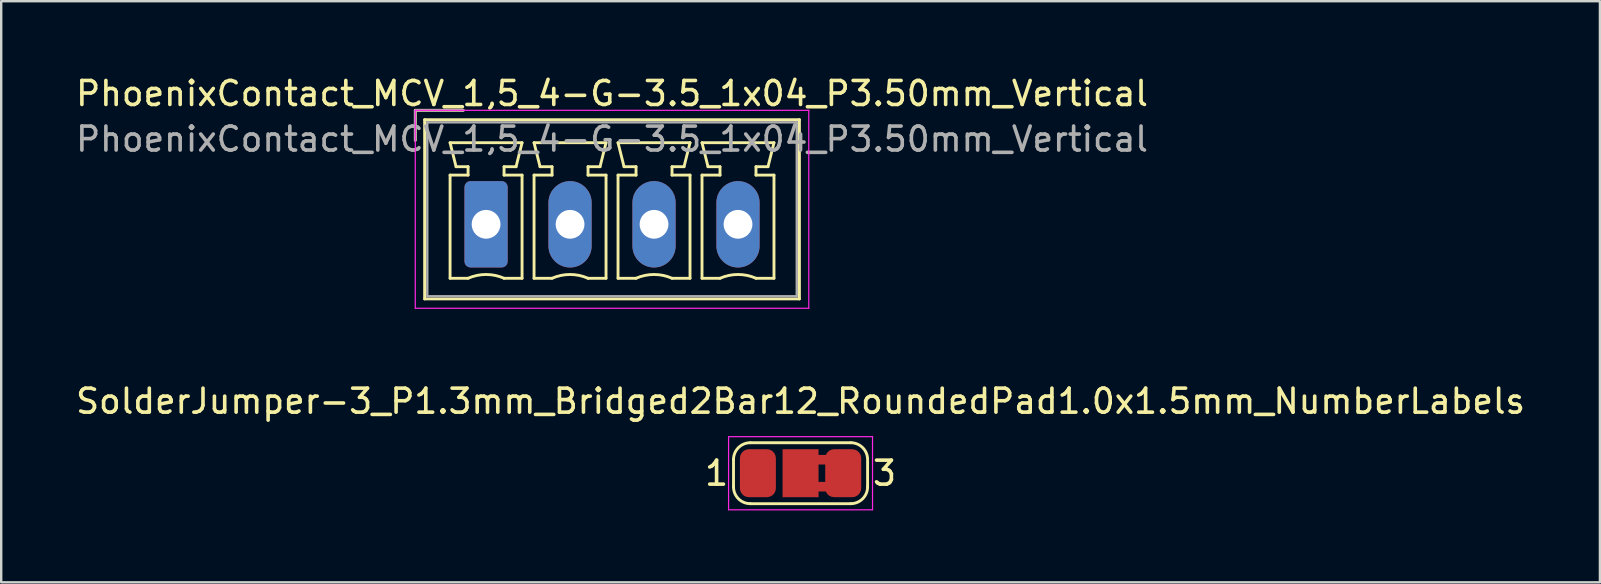
<source format=kicad_pcb>
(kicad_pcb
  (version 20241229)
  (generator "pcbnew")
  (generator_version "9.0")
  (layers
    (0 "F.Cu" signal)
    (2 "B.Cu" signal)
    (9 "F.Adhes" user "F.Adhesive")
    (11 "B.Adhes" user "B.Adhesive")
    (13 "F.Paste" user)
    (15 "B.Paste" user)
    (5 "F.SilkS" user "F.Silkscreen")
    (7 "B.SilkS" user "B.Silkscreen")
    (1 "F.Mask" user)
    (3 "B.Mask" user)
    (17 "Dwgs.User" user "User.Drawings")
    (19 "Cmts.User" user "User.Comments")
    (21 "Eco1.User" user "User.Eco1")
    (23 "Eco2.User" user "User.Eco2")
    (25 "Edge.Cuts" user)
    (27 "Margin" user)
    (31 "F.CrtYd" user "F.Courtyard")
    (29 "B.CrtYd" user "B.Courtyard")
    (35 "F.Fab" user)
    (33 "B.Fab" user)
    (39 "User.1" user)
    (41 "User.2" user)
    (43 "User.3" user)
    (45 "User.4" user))
  (footprint "PhoenixContact_MCV_1,5_4-G-3.5_1x04_P3.50mm_Vertical"
    (layer "F.Cu")
    (at 17.208 6.298)
    (property "Reference" "PhoenixContact_MCV_1,5_4-G-3.5_1x04_P3.50mm_Vertical" (at 5.25 -5.45 0) (layer "F.SilkS") (effects (font (size 1 1) (thickness 0.15))))
    (attr through_hole)
    (fp_line (start -2.95 -4.75) (end -0.95 -4.75) (stroke (width 0.12) (type solid)) (layer "F.SilkS"))
    (fp_line (start -2.95 -3.5) (end -2.95 -4.75) (stroke (width 0.12) (type solid)) (layer "F.SilkS"))
    (fp_line (start -2.56 -4.36) (end -2.56 3.11) (stroke (width 0.12) (type solid)) (layer "F.SilkS"))
    (fp_line (start -2.56 3.11) (end 13.06 3.11) (stroke (width 0.12) (type solid)) (layer "F.SilkS"))
    (fp_line (start -1.5 -3.4) (end 1.5 -3.4) (stroke (width 0.12) (type solid)) (layer "F.SilkS"))
    (fp_line (start -1.5 -2.05) (end -0.75 -2.05) (stroke (width 0.12) (type solid)) (layer "F.SilkS"))
    (fp_line (start -1.5 2.25) (end -1.5 -2.05) (stroke (width 0.12) (type solid)) (layer "F.SilkS"))
    (fp_line (start -1.25 -2.4) (end -1.5 -3.4) (stroke (width 0.12) (type solid)) (layer "F.SilkS"))
    (fp_line (start -0.75 -2.4) (end -1.25 -2.4) (stroke (width 0.12) (type solid)) (layer "F.SilkS"))
    (fp_line (start -0.75 -2.05) (end -0.75 -2.4) (stroke (width 0.12) (type solid)) (layer "F.SilkS"))
    (fp_line (start -0.75 2.25) (end -1.5 2.25) (stroke (width 0.12) (type solid)) (layer "F.SilkS"))
    (fp_line (start 0.75 -2.4) (end 0.75 -2.05) (stroke (width 0.12) (type solid)) (layer "F.SilkS"))
    (fp_line (start 0.75 -2.05) (end 1.5 -2.05) (stroke (width 0.12) (type solid)) (layer "F.SilkS"))
    (fp_line (start 1.25 -2.4) (end 0.75 -2.4) (stroke (width 0.12) (type solid)) (layer "F.SilkS"))
    (fp_line (start 1.5 -3.4) (end 1.25 -2.4) (stroke (width 0.12) (type solid)) (layer "F.SilkS"))
    (fp_line (start 1.5 -2.05) (end 1.5 2.25) (stroke (width 0.12) (type solid)) (layer "F.SilkS"))
    (fp_line (start 1.5 2.25) (end 0.75 2.25) (stroke (width 0.12) (type solid)) (layer "F.SilkS"))
    (fp_line (start 2 -3.4) (end 5 -3.4) (stroke (width 0.12) (type solid)) (layer "F.SilkS"))
    (fp_line (start 2 -2.05) (end 2.75 -2.05) (stroke (width 0.12) (type solid)) (layer "F.SilkS"))
    (fp_line (start 2 2.25) (end 2 -2.05) (stroke (width 0.12) (type solid)) (layer "F.SilkS"))
    (fp_line (start 2.25 -2.4) (end 2 -3.4) (stroke (width 0.12) (type solid)) (layer "F.SilkS"))
    (fp_line (start 2.75 -2.4) (end 2.25 -2.4) (stroke (width 0.12) (type solid)) (layer "F.SilkS"))
    (fp_line (start 2.75 -2.05) (end 2.75 -2.4) (stroke (width 0.12) (type solid)) (layer "F.SilkS"))
    (fp_line (start 2.75 2.25) (end 2 2.25) (stroke (width 0.12) (type solid)) (layer "F.SilkS"))
    (fp_line (start 4.25 -2.4) (end 4.25 -2.05) (stroke (width 0.12) (type solid)) (layer "F.SilkS"))
    (fp_line (start 4.25 -2.05) (end 5 -2.05) (stroke (width 0.12) (type solid)) (layer "F.SilkS"))
    (fp_line (start 4.75 -2.4) (end 4.25 -2.4) (stroke (width 0.12) (type solid)) (layer "F.SilkS"))
    (fp_line (start 5 -3.4) (end 4.75 -2.4) (stroke (width 0.12) (type solid)) (layer "F.SilkS"))
    (fp_line (start 5 -2.05) (end 5 2.25) (stroke (width 0.12) (type solid)) (layer "F.SilkS"))
    (fp_line (start 5 2.25) (end 4.25 2.25) (stroke (width 0.12) (type solid)) (layer "F.SilkS"))
    (fp_line (start 5.5 -3.4) (end 8.5 -3.4) (stroke (width 0.12) (type solid)) (layer "F.SilkS"))
    (fp_line (start 5.5 -2.05) (end 6.25 -2.05) (stroke (width 0.12) (type solid)) (layer "F.SilkS"))
    (fp_line (start 5.5 2.25) (end 5.5 -2.05) (stroke (width 0.12) (type solid)) (layer "F.SilkS"))
    (fp_line (start 5.75 -2.4) (end 5.5 -3.4) (stroke (width 0.12) (type solid)) (layer "F.SilkS"))
    (fp_line (start 6.25 -2.4) (end 5.75 -2.4) (stroke (width 0.12) (type solid)) (layer "F.SilkS"))
    (fp_line (start 6.25 -2.05) (end 6.25 -2.4) (stroke (width 0.12) (type solid)) (layer "F.SilkS"))
    (fp_line (start 6.25 2.25) (end 5.5 2.25) (stroke (width 0.12) (type solid)) (layer "F.SilkS"))
    (fp_line (start 7.75 -2.4) (end 7.75 -2.05) (stroke (width 0.12) (type solid)) (layer "F.SilkS"))
    (fp_line (start 7.75 -2.05) (end 8.5 -2.05) (stroke (width 0.12) (type solid)) (layer "F.SilkS"))
    (fp_line (start 8.25 -2.4) (end 7.75 -2.4) (stroke (width 0.12) (type solid)) (layer "F.SilkS"))
    (fp_line (start 8.5 -3.4) (end 8.25 -2.4) (stroke (width 0.12) (type solid)) (layer "F.SilkS"))
    (fp_line (start 8.5 -2.05) (end 8.5 2.25) (stroke (width 0.12) (type solid)) (layer "F.SilkS"))
    (fp_line (start 8.5 2.25) (end 7.75 2.25) (stroke (width 0.12) (type solid)) (layer "F.SilkS"))
    (fp_line (start 9 -3.4) (end 12 -3.4) (stroke (width 0.12) (type solid)) (layer "F.SilkS"))
    (fp_line (start 9 -2.05) (end 9.75 -2.05) (stroke (width 0.12) (type solid)) (layer "F.SilkS"))
    (fp_line (start 9 2.25) (end 9 -2.05) (stroke (width 0.12) (type solid)) (layer "F.SilkS"))
    (fp_line (start 9.25 -2.4) (end 9 -3.4) (stroke (width 0.12) (type solid)) (layer "F.SilkS"))
    (fp_line (start 9.75 -2.4) (end 9.25 -2.4) (stroke (width 0.12) (type solid)) (layer "F.SilkS"))
    (fp_line (start 9.75 -2.05) (end 9.75 -2.4) (stroke (width 0.12) (type solid)) (layer "F.SilkS"))
    (fp_line (start 9.75 2.25) (end 9 2.25) (stroke (width 0.12) (type solid)) (layer "F.SilkS"))
    (fp_line (start 11.25 -2.4) (end 11.25 -2.05) (stroke (width 0.12) (type solid)) (layer "F.SilkS"))
    (fp_line (start 11.25 -2.05) (end 12 -2.05) (stroke (width 0.12) (type solid)) (layer "F.SilkS"))
    (fp_line (start 11.75 -2.4) (end 11.25 -2.4) (stroke (width 0.12) (type solid)) (layer "F.SilkS"))
    (fp_line (start 12 -3.4) (end 11.75 -2.4) (stroke (width 0.12) (type solid)) (layer "F.SilkS"))
    (fp_line (start 12 -2.05) (end 12 2.25) (stroke (width 0.12) (type solid)) (layer "F.SilkS"))
    (fp_line (start 12 2.25) (end 11.25 2.25) (stroke (width 0.12) (type solid)) (layer "F.SilkS"))
    (fp_line (start 13.06 -4.36) (end -2.56 -4.36) (stroke (width 0.12) (type solid)) (layer "F.SilkS"))
    (fp_line (start 13.06 3.11) (end 13.06 -4.36) (stroke (width 0.12) (type solid)) (layer "F.SilkS"))
    (fp_arc (start -0.75 2.25) (mid -0.000193 2.09191) (end 0.749647 2.249844) (stroke (width 0.12) (type solid)) (layer "F.SilkS"))
    (fp_arc (start 2.75 2.25) (mid 3.499807 2.09191) (end 4.249647 2.249844) (stroke (width 0.12) (type solid)) (layer "F.SilkS"))
    (fp_arc (start 6.25 2.25) (mid 6.999807 2.09191) (end 7.749647 2.249844) (stroke (width 0.12) (type solid)) (layer "F.SilkS"))
    (fp_arc (start 9.75 2.25) (mid 10.499807 2.09191) (end 11.249647 2.249844) (stroke (width 0.12) (type solid)) (layer "F.SilkS"))
    (fp_line (start -2.95 -4.75) (end -2.95 3.5) (stroke (width 0.05) (type solid)) (layer "F.CrtYd"))
    (fp_line (start -2.95 3.5) (end 13.45 3.5) (stroke (width 0.05) (type solid)) (layer "F.CrtYd"))
    (fp_line (start 13.45 -4.75) (end -2.95 -4.75) (stroke (width 0.05) (type solid)) (layer "F.CrtYd"))
    (fp_line (start 13.45 3.5) (end 13.45 -4.75) (stroke (width 0.05) (type solid)) (layer "F.CrtYd"))
    (fp_line (start -2.95 -4.75) (end -0.95 -4.75) (stroke (width 0.1) (type solid)) (layer "F.Fab"))
    (fp_line (start -2.95 -3.5) (end -2.95 -4.75) (stroke (width 0.1) (type solid)) (layer "F.Fab"))
    (fp_line (start -2.45 -4.25) (end -2.45 3) (stroke (width 0.1) (type solid)) (layer "F.Fab"))
    (fp_line (start -2.45 3) (end 12.95 3) (stroke (width 0.1) (type solid)) (layer "F.Fab"))
    (fp_line (start 12.95 -4.25) (end -2.45 -4.25) (stroke (width 0.1) (type solid)) (layer "F.Fab"))
    (fp_line (start 12.95 3) (end 12.95 -4.25) (stroke (width 0.1) (type solid)) (layer "F.Fab"))
    (fp_text user "${REFERENCE}" (at 5.25 -3.55 0) (layer "F.Fab") (effects (font (size 1 1) (thickness 0.15))))
    (pad "1" thru_hole roundrect (at 0 0) (size 1.8 3.6) (drill 1.2) (layers "*.Cu" "*.Mask") (roundrect_rratio 0.139))
    (pad "2" thru_hole oval (at 3.5 0) (size 1.8 3.6) (drill 1.2) (layers "*.Cu" "*.Mask"))
    (pad "3" thru_hole oval (at 7 0) (size 1.8 3.6) (drill 1.2) (layers "*.Cu" "*.Mask"))
    (pad "4" thru_hole oval (at 10.5 0) (size 1.8 3.6) (drill 1.2) (layers "*.Cu" "*.Mask")))
  (footprint "SolderJumper-3_P1.3mm_Bridged2Bar12_RoundedPad1.0x1.5mm_NumberLabels"
    (layer "F.Cu")
    (at 30.315 16.672)
    (property "Reference" "SolderJumper-3_P1.3mm_Bridged2Bar12_RoundedPad1.0x1.5mm_NumberLabels" (at 0 -3 0) (layer "F.SilkS") (effects (font (size 1 1) (thickness 0.15))))
    (attr exclude_from_pos_files exclude_from_bom)
    (fp_poly (pts (xy 0.508 -0.762) (xy 1.378 -0.762) (xy 1.378 -0.362) (xy 0.508 -0.362)) (stroke (width 0) (type solid)) (fill yes) (layer "F.Cu"))
    (fp_poly (pts (xy 0.508 0.362) (xy 1.378 0.362) (xy 1.378 0.762) (xy 0.508 0.762)) (stroke (width 0) (type solid)) (fill yes) (layer "F.Cu"))
    (fp_line (start -2.794 0.57) (end -2.794 -0.57) (stroke (width 0.12) (type solid)) (layer "F.SilkS"))
    (fp_line (start -2.094 -1.27) (end 2.094 -1.27) (stroke (width 0.12) (type solid)) (layer "F.SilkS"))
    (fp_line (start 2.094 1.27) (end -2.094 1.27) (stroke (width 0.12) (type solid)) (layer "F.SilkS"))
    (fp_line (start 2.794 -0.508) (end 2.794 0.57) (stroke (width 0.12) (type solid)) (layer "F.SilkS"))
    (fp_arc (start -2.794 -0.57) (mid -2.588975 -1.064975) (end -2.094 -1.27) (stroke (width 0.12) (type solid)) (layer "F.SilkS"))
    (fp_arc (start -2.094 1.27) (mid -2.588975 1.064975) (end -2.794 0.57) (stroke (width 0.12) (type solid)) (layer "F.SilkS"))
    (fp_arc (start 2.094 -1.27) (mid 2.588975 -1.064975) (end 2.794 -0.57) (stroke (width 0.12) (type solid)) (layer "F.SilkS"))
    (fp_arc (start 2.794 0.57) (mid 2.588975 1.064975) (end 2.094 1.27) (stroke (width 0.12) (type solid)) (layer "F.SilkS"))
    (fp_line (start -3 -1.524) (end -3 1.524) (stroke (width 0.05) (type solid)) (layer "F.CrtYd"))
    (fp_line (start -3 -1.524) (end 3 -1.524) (stroke (width 0.05) (type solid)) (layer "F.CrtYd"))
    (fp_line (start 3 1.524) (end -3 1.524) (stroke (width 0.05) (type solid)) (layer "F.CrtYd"))
    (fp_line (start 3 1.524) (end 3 -1.524) (stroke (width 0.05) (type solid)) (layer "F.CrtYd"))
    (fp_text user "1" (at -3.5 0 0) (layer "F.SilkS") (effects (font (size 1 1) (thickness 0.15))))
    (fp_text user "3" (at 3.5 0 0) (layer "F.SilkS") (effects (font (size 1 1) (thickness 0.15))))
    (pad "1" smd roundrect (at -1.778 0) (size 1.5 2) (layers "F.Cu" "F.Mask") (roundrect_rratio 0.25))
    (pad "2" smd rect (at 0 0) (size 1.5 2) (layers "F.Cu" "F.Mask"))
    (pad "3" smd roundrect (at 1.778 0) (size 1.5 2) (layers "F.Cu" "F.Mask") (roundrect_rratio 0.25)))
  (gr_rect
    (start -3 -3)
    (end 63.631 21.221)
    (stroke (width 0.1) (type default))
    (fill no)
    (layer "Edge.Cuts")))
</source>
